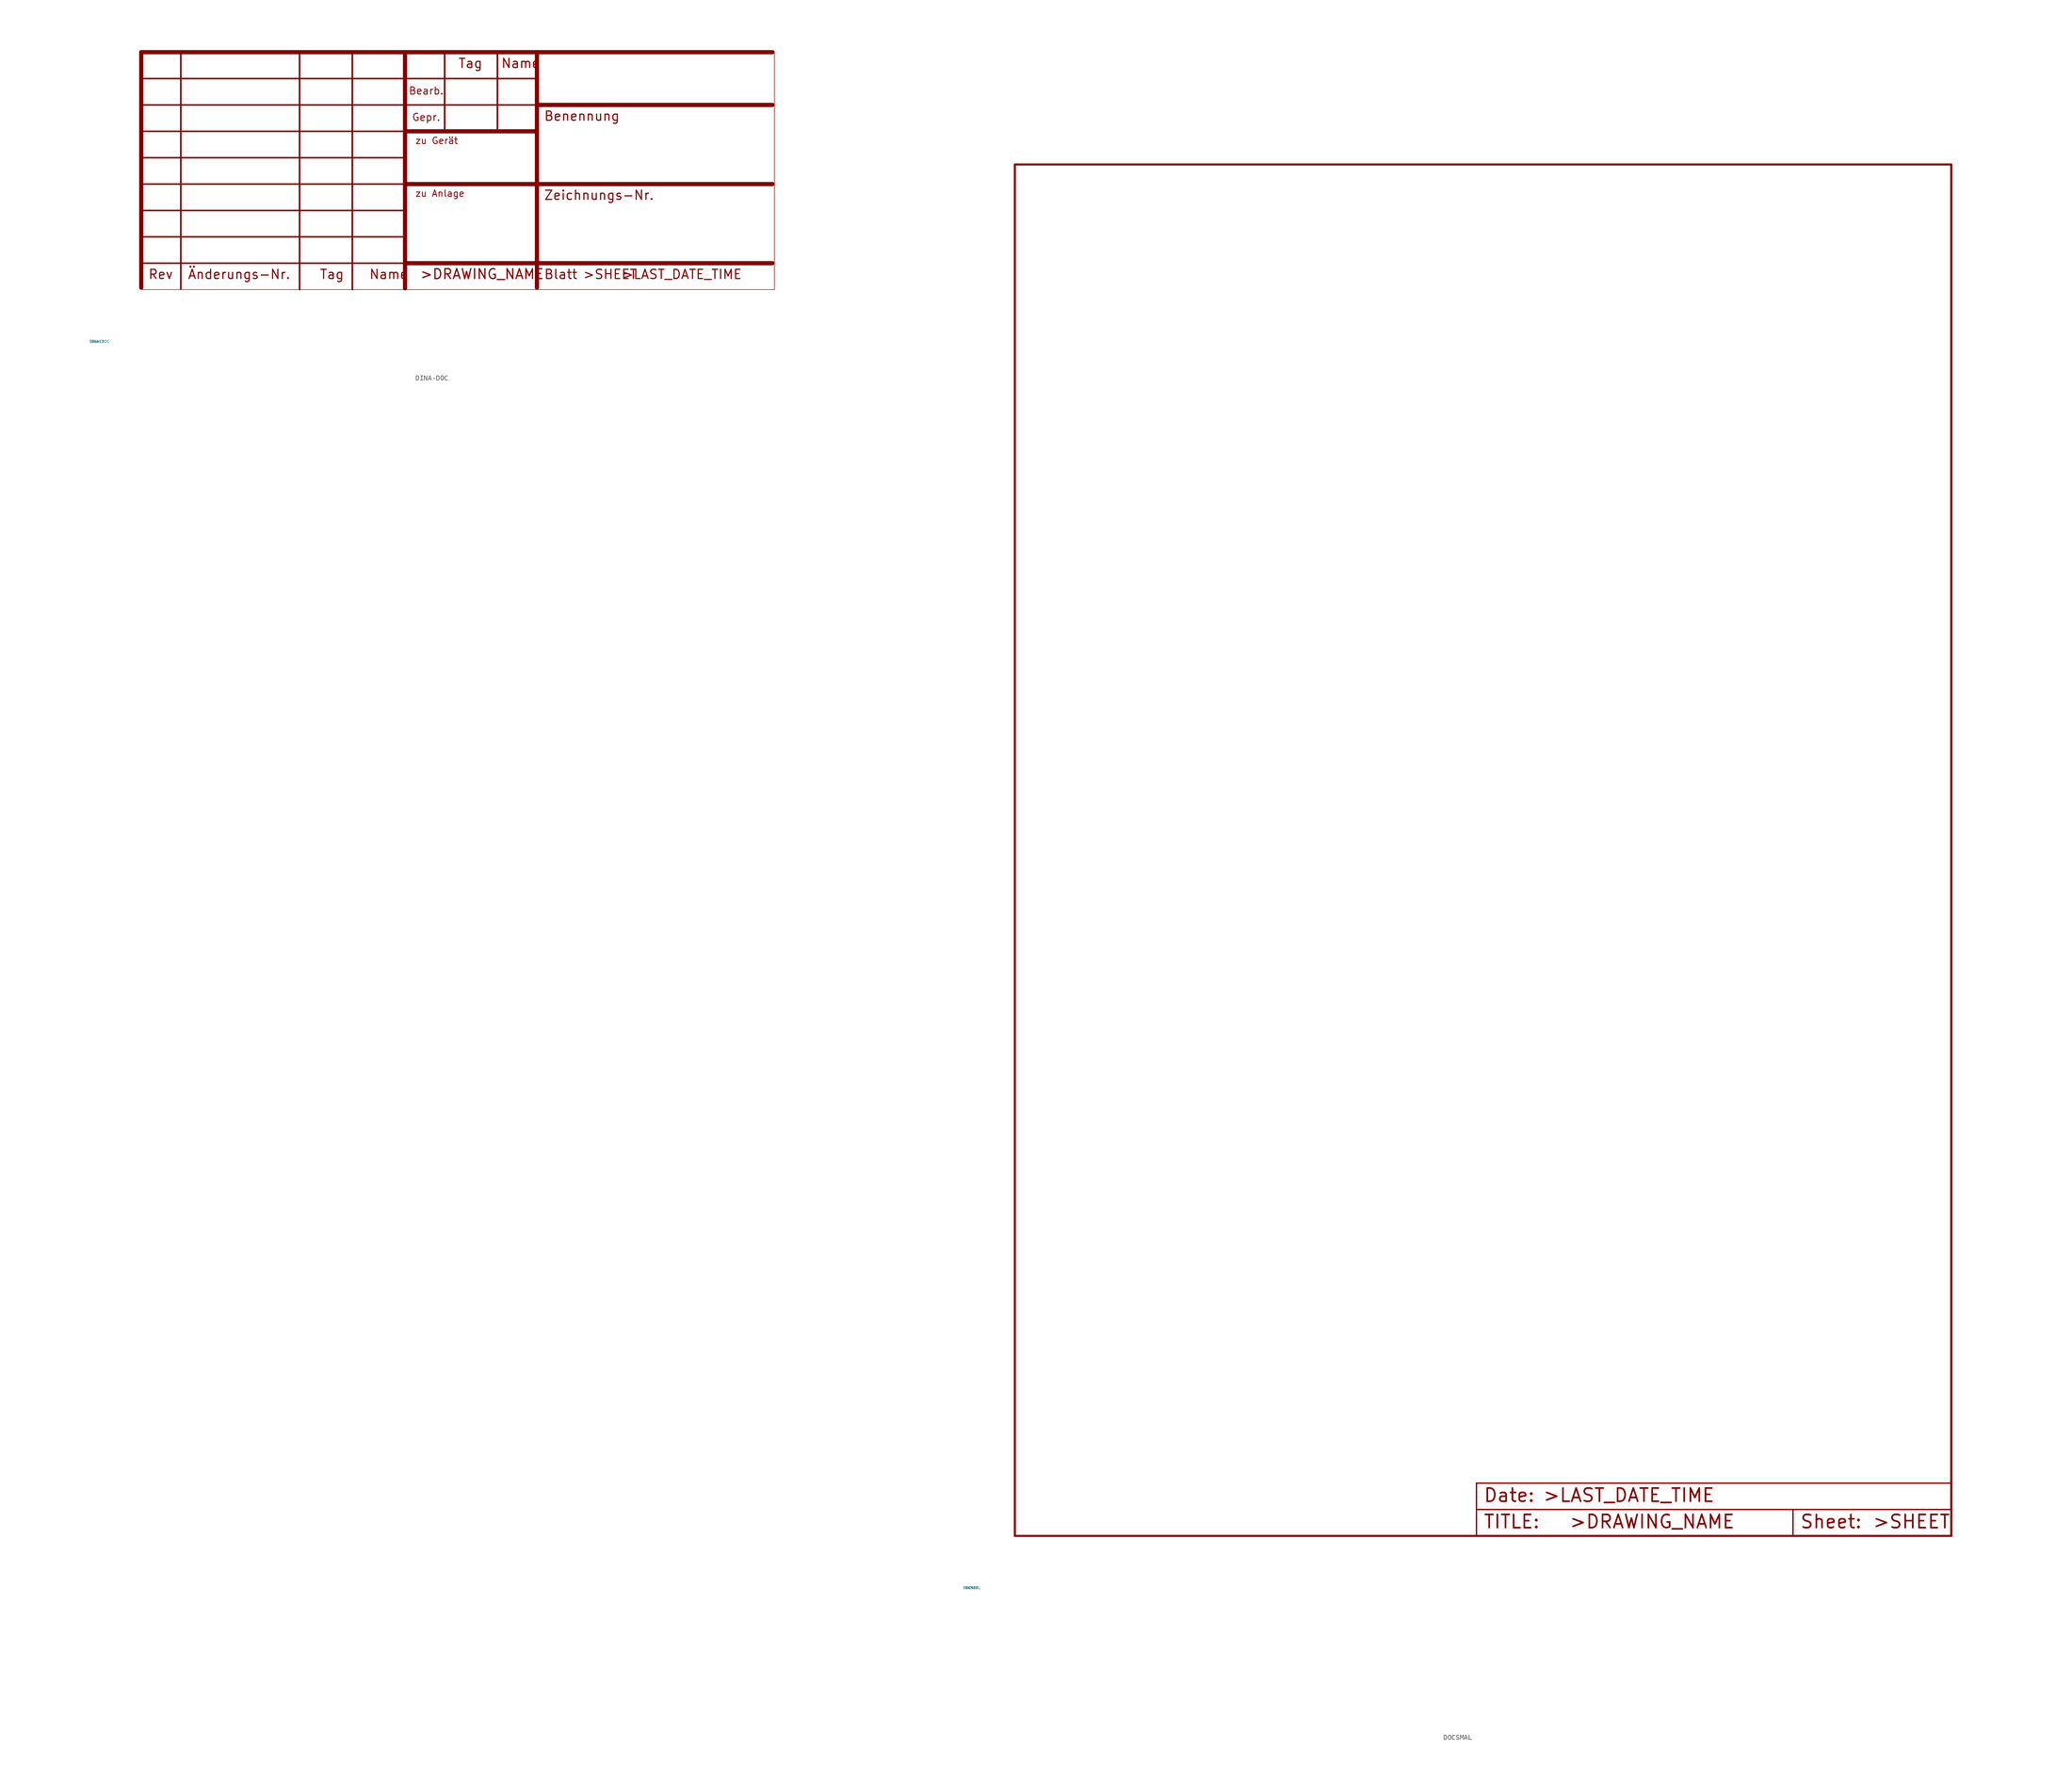
<source format=kicad_sym>
(kicad_symbol_lib
  (version 20220914)
  (generator Eagle2Kicad)
  (symbol "DINA-DOC"
    (property "Reference" "FRAME"
      (at -10 -10 0)
      (effects (font (size 0.5 0.5) (thickness 0.06)) (justify left)))
    (property "Value" "DINA-DOC"
      (at -10 -10 0)
      (effects (font (size 0.5 0.5) (thickness 0.06)) (justify left)))
    (polyline
      (pts (xy 50.8 0.254) (xy 50.825 0))
      (stroke (width 0.254) (type default))
      (fill (type none)))
    (polyline
      (pts (xy 0 40.64) (xy 76.2 40.64))
      (stroke (width 0.305) (type default))
      (fill (type none)))
    (polyline
      (pts (xy 76.2 35.56) (xy 0 35.56))
      (stroke (width 0.305) (type default))
      (fill (type none)))
    (polyline
      (pts (xy 0 30.48) (xy 50.8 30.48))
      (stroke (width 0.305) (type default))
      (fill (type none)))
    (polyline
      (pts (xy 50.8 25.4) (xy 0 25.4))
      (stroke (width 0.305) (type default))
      (fill (type none)))
    (polyline
      (pts (xy 0 20.32) (xy 50.8 20.32))
      (stroke (width 0.305) (type default))
      (fill (type none)))
    (polyline
      (pts (xy 50.8 15.24) (xy 0 15.24))
      (stroke (width 0.305) (type default))
      (fill (type none)))
    (polyline
      (pts (xy 0 10.16) (xy 50.8 10.16))
      (stroke (width 0.305) (type default))
      (fill (type none)))
    (polyline
      (pts (xy 50.8 5.08) (xy 0 5.08))
      (stroke (width 0.305) (type default))
      (fill (type none)))
    (polyline
      (pts (xy 7.62 0.127) (xy 7.62 45.72))
      (stroke (width 0.305) (type default))
      (fill (type none)))
    (polyline
      (pts (xy 30.48 45.72) (xy 30.48 0))
      (stroke (width 0.305) (type default))
      (fill (type none)))
    (polyline
      (pts (xy 40.64 0) (xy 40.64 45.72))
      (stroke (width 0.305) (type default))
      (fill (type none)))
    (polyline
      (pts (xy 58.42 45.72) (xy 58.42 30.48))
      (stroke (width 0.305) (type default))
      (fill (type none)))
    (polyline
      (pts (xy 68.58 30.48) (xy 68.58 45.72))
      (stroke (width 0.305) (type default))
      (fill (type none)))
    (polyline
      (pts (xy 50.8 45.72) (xy 50.8 30.48))
      (stroke (width 0.813) (type default))
      (fill (type none)))
    (polyline
      (pts (xy 76.2 0.381) (xy 76.2 30.48))
      (stroke (width 0.813) (type default))
      (fill (type none)))
    (polyline
      (pts (xy 76.2 30.48) (xy 50.8 30.48))
      (stroke (width 0.813) (type default))
      (fill (type none)))
    (polyline
      (pts (xy 76.2 30.48) (xy 76.2 35.56))
      (stroke (width 0.813) (type default))
      (fill (type none)))
    (polyline
      (pts (xy 50.8 30.48) (xy 50.8 20.32))
      (stroke (width 0.813) (type default))
      (fill (type none)))
    (polyline
      (pts (xy 50.8 20.32) (xy 121.539 20.32))
      (stroke (width 0.813) (type default))
      (fill (type none)))
    (polyline
      (pts (xy 50.8 20.32) (xy 50.8 5.08))
      (stroke (width 0.813) (type default))
      (fill (type none)))
    (polyline
      (pts (xy 121.539 5.08) (xy 50.8 5.08))
      (stroke (width 0.813) (type default))
      (fill (type none)))
    (polyline
      (pts (xy 50.8 5.08) (xy 50.8 0.254))
      (stroke (width 0.813) (type default))
      (fill (type none)))
    (polyline
      (pts (xy 76.2 35.56) (xy 121.539 35.56))
      (stroke (width 0.813) (type default))
      (fill (type none)))
    (polyline
      (pts (xy 76.2 35.56) (xy 76.2 45.72))
      (stroke (width 0.813) (type default))
      (fill (type none)))
    (polyline
      (pts (xy 121.539 45.72) (xy 0 45.72))
      (stroke (width 0.813) (type default))
      (fill (type none)))
    (polyline
      (pts (xy 0 45.72) (xy 0 0.381))
      (stroke (width 0.813) (type default))
      (fill (type none)))
    (polyline
      (pts (xy 0 0) (xy 121.92 0))
      (stroke (width 0.102) (type default))
      (fill (type none)))
    (polyline
      (pts (xy 121.92 0) (xy 121.92 45.72))
      (stroke (width 0.102) (type default))
      (fill (type none)))
    (text "Rev"
      (at 1.27 1.905 0)
      (effects (font (size 1.778 1.778) (thickness 0.22)) (justify left bottom)))
    (text "Änderungs-Nr."
      (at 8.89 1.905 0)
      (effects (font (size 1.778 1.778) (thickness 0.22)) (justify left bottom)))
    (text "Tag"
      (at 34.29 1.905 0)
      (effects (font (size 1.778 1.778) (thickness 0.22)) (justify left bottom)))
    (text "Name"
      (at 43.815 1.905 0)
      (effects (font (size 1.778 1.778) (thickness 0.22)) (justify left bottom)))
    (text "Bearb."
      (at 51.435 37.465 0)
      (effects (font (size 1.397 1.397) (thickness 0.17)) (justify left bottom)))
    (text "Gepr."
      (at 52.07 32.385 0)
      (effects (font (size 1.397 1.397) (thickness 0.17)) (justify left bottom)))
    (text "Tag"
      (at 60.96 42.545 0)
      (effects (font (size 1.778 1.778) (thickness 0.22)) (justify left bottom)))
    (text "Name"
      (at 69.215 42.545 0)
      (effects (font (size 1.778 1.778) (thickness 0.22)) (justify left bottom)))
    (text "Benennung"
      (at 77.47 32.385 0)
      (effects (font (size 1.778 1.778) (thickness 0.22)) (justify left bottom)))
    (text "Zeichnungs-Nr."
      (at 77.47 17.145 0)
      (effects (font (size 1.778 1.778) (thickness 0.22)) (justify left bottom)))
    (text ">DRAWING_NAME"
      (at 53.594 1.88 0)
      (effects (font (size 1.905 1.905) (thickness 0.24)) (justify left bottom)))
    (text "zu Gerät"
      (at 52.705 27.94 0)
      (effects (font (size 1.27 1.27) (thickness 0.16)) (justify left bottom)))
    (text "zu Anlage"
      (at 52.705 17.78 0)
      (effects (font (size 1.27 1.27) (thickness 0.16)) (justify left bottom)))
    (text ">SHEET"
      (at 84.963 1.905 0)
      (effects (font (size 1.778 1.778) (thickness 0.22)) (justify left bottom)))
    (text ">LAST_DATE_TIME"
      (at 92.456 1.905 0)
      (effects (font (size 1.778 1.778) (thickness 0.22)) (justify left bottom)))
    (text "Blatt"
      (at 77.47 1.905 0)
      (effects (font (size 1.778 1.778) (thickness 0.22)) (justify left bottom))))
  (symbol "DOCSMAL"
    (property "Reference" "FRAME"
      (at -10 -10 0)
      (effects (font (size 0.5 0.5) (thickness 0.06)) (justify left)))
    (property "Value" "DOCSMAL"
      (at -10 -10 0)
      (effects (font (size 0.5 0.5) (thickness 0.06)) (justify left)))
    (polyline
      (pts (xy 88.9 0) (xy 88.9 5.08))
      (stroke (width 0.254) (type default))
      (fill (type none)))
    (polyline
      (pts (xy 88.9 5.08) (xy 149.86 5.08))
      (stroke (width 0.254) (type default))
      (fill (type none)))
    (polyline
      (pts (xy 149.86 5.08) (xy 149.86 0))
      (stroke (width 0.254) (type default))
      (fill (type none)))
    (polyline
      (pts (xy 149.86 5.08) (xy 180.34 5.08))
      (stroke (width 0.254) (type default))
      (fill (type none)))
    (polyline
      (pts (xy 88.9 5.08) (xy 88.9 10.16))
      (stroke (width 0.254) (type default))
      (fill (type none)))
    (polyline
      (pts (xy 88.9 10.16) (xy 180.34 10.16))
      (stroke (width 0.254) (type default))
      (fill (type none)))
    (text "Date:"
      (at 90.17 6.35 0)
      (effects (font (size 2.54 2.54) (thickness 0.32)) (justify left bottom)))
    (text ">LAST_DATE_TIME"
      (at 101.6 6.35 0)
      (effects (font (size 2.54 2.54) (thickness 0.32)) (justify left bottom)))
    (text "Sheet:"
      (at 151.13 1.27 0)
      (effects (font (size 2.54 2.54) (thickness 0.32)) (justify left bottom)))
    (text ">SHEET"
      (at 165.1 1.27 0)
      (effects (font (size 2.54 2.54) (thickness 0.32)) (justify left bottom)))
    (text "TITLE:"
      (at 90.17 1.27 0)
      (effects (font (size 2.54 2.54) (thickness 0.32)) (justify left bottom)))
    (text ">DRAWING_NAME"
      (at 106.68 1.27 0)
      (effects (font (size 2.54 2.54) (thickness 0.32)) (justify left bottom)))
    (polyline
      (pts (xy 0 0) (xy 180.34 0))
      (stroke (width 0.4) (type default))
      (fill (type none)))
    (polyline
      (pts (xy 0 264.16) (xy 180.34 264.16))
      (stroke (width 0.4) (type default))
      (fill (type none)))
    (polyline
      (pts (xy 0 0) (xy 0 264.16))
      (stroke (width 0.4) (type default))
      (fill (type none)))
    (polyline
      (pts (xy 180.34 0) (xy 180.34 264.16))
      (stroke (width 0.4) (type default))
      (fill (type none)))))
</source>
